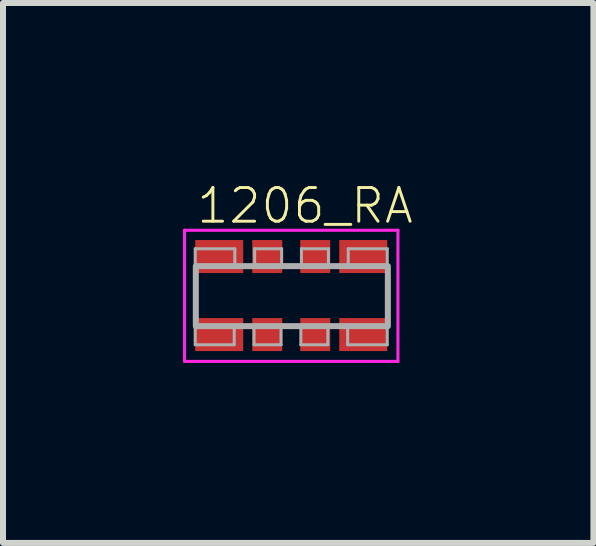
<source format=kicad_pcb>
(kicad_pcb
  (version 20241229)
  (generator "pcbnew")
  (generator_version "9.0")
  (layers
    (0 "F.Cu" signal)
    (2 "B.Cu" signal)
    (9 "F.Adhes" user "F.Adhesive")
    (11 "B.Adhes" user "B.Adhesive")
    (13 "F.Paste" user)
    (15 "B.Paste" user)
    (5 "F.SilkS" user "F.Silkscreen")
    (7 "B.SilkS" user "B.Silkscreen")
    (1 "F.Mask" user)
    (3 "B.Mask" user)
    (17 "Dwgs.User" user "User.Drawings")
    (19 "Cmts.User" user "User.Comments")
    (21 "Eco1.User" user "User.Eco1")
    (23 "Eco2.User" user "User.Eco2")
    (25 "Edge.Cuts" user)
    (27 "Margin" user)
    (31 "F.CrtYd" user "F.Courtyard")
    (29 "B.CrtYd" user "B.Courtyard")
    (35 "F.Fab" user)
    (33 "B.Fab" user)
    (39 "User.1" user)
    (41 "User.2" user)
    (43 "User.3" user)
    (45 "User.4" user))
  (footprint "1206_RA"
    (layer "F.Cu")
    (at 1.803 1.905)
    (property "Reference" "1206_RA" (at -1.605 -1.198 0) (layer "F.SilkS") (effects (font (size 0.561 0.561) (thickness 0.049)) (justify left bottom)))
    (fp_poly (pts (xy -1.62 -0.38) (xy -0.78 -0.38) (xy -0.78 -1) (xy -1.62 -1)) (stroke (width 0) (type solid)) (fill yes) (layer "F.Mask"))
    (fp_poly (pts (xy -1.62 0.94) (xy -0.78 0.94) (xy -0.78 0.32) (xy -1.62 0.32)) (stroke (width 0) (type solid)) (fill yes) (layer "F.Mask"))
    (fp_poly (pts (xy -0.68 -0.38) (xy -0.12 -0.38) (xy -0.12 -1) (xy -0.68 -1)) (stroke (width 0) (type solid)) (fill yes) (layer "F.Mask"))
    (fp_poly (pts (xy -0.68 0.94) (xy -0.12 0.94) (xy -0.12 0.32) (xy -0.68 0.32)) (stroke (width 0) (type solid)) (fill yes) (layer "F.Mask"))
    (fp_poly (pts (xy 0.12 -0.38) (xy 0.68 -0.38) (xy 0.68 -1) (xy 0.12 -1)) (stroke (width 0) (type solid)) (fill yes) (layer "F.Mask"))
    (fp_poly (pts (xy 0.12 0.94) (xy 0.68 0.94) (xy 0.68 0.32) (xy 0.12 0.32)) (stroke (width 0) (type solid)) (fill yes) (layer "F.Mask"))
    (fp_poly (pts (xy 0.78 -0.38) (xy 1.62 -0.38) (xy 1.62 -1) (xy 0.78 -1)) (stroke (width 0) (type solid)) (fill yes) (layer "F.Mask"))
    (fp_poly (pts (xy 0.78 0.94) (xy 1.62 0.94) (xy 1.62 0.3) (xy 0.78 0.3)) (stroke (width 0) (type solid)) (fill yes) (layer "F.Mask"))
    (fp_line (start -1.778 -1.118) (end 1.778 -1.118) (stroke (width 0.051) (type solid)) (layer "F.CrtYd"))
    (fp_line (start -1.778 1.067) (end -1.778 -1.118) (stroke (width 0.051) (type solid)) (layer "F.CrtYd"))
    (fp_line (start 1.778 -1.118) (end 1.778 1.067) (stroke (width 0.051) (type solid)) (layer "F.CrtYd"))
    (fp_line (start 1.778 1.067) (end -1.778 1.067) (stroke (width 0.051) (type solid)) (layer "F.CrtYd"))
    (fp_line (start -1.6 -0.81) (end -1.6 0.79) (stroke (width 0.051) (type solid)) (layer "F.Fab"))
    (fp_line (start -1.6 0.79) (end -0.95 0.79) (stroke (width 0.05) (type solid)) (layer "F.Fab"))
    (fp_line (start -0.95 0.49) (end -0.62 0.49) (stroke (width 0.05) (type solid)) (layer "F.Fab"))
    (fp_line (start -0.95 0.79) (end -0.95 0.49) (stroke (width 0.05) (type solid)) (layer "F.Fab"))
    (fp_line (start -0.94 -0.81) (end -1.6 -0.81) (stroke (width 0.05) (type solid)) (layer "F.Fab"))
    (fp_line (start -0.94 -0.51) (end -0.94 -0.81) (stroke (width 0.05) (type solid)) (layer "F.Fab"))
    (fp_line (start -0.62 0.49) (end -0.62 0.79) (stroke (width 0.05) (type solid)) (layer "F.Fab"))
    (fp_line (start -0.62 0.79) (end -0.17 0.79) (stroke (width 0.05) (type solid)) (layer "F.Fab"))
    (fp_line (start -0.61 -0.81) (end -0.61 -0.51) (stroke (width 0.05) (type solid)) (layer "F.Fab"))
    (fp_line (start -0.61 -0.51) (end -0.94 -0.51) (stroke (width 0.05) (type solid)) (layer "F.Fab"))
    (fp_line (start -0.17 0.49) (end 0.16 0.49) (stroke (width 0.05) (type solid)) (layer "F.Fab"))
    (fp_line (start -0.17 0.79) (end -0.17 0.49) (stroke (width 0.05) (type solid)) (layer "F.Fab"))
    (fp_line (start -0.16 -0.81) (end -0.61 -0.81) (stroke (width 0.05) (type solid)) (layer "F.Fab"))
    (fp_line (start -0.16 -0.51) (end -0.16 -0.81) (stroke (width 0.05) (type solid)) (layer "F.Fab"))
    (fp_line (start 0.16 0.49) (end 0.16 0.79) (stroke (width 0.05) (type solid)) (layer "F.Fab"))
    (fp_line (start 0.16 0.79) (end 0.61 0.79) (stroke (width 0.05) (type solid)) (layer "F.Fab"))
    (fp_line (start 0.17 -0.81) (end 0.17 -0.51) (stroke (width 0.05) (type solid)) (layer "F.Fab"))
    (fp_line (start 0.17 -0.51) (end -0.16 -0.51) (stroke (width 0.05) (type solid)) (layer "F.Fab"))
    (fp_line (start 0.61 0.49) (end 0.94 0.49) (stroke (width 0.05) (type solid)) (layer "F.Fab"))
    (fp_line (start 0.61 0.79) (end 0.61 0.49) (stroke (width 0.05) (type solid)) (layer "F.Fab"))
    (fp_line (start 0.62 -0.81) (end 0.17 -0.81) (stroke (width 0.05) (type solid)) (layer "F.Fab"))
    (fp_line (start 0.62 -0.51) (end 0.62 -0.81) (stroke (width 0.05) (type solid)) (layer "F.Fab"))
    (fp_line (start 0.94 0.49) (end 0.94 0.79) (stroke (width 0.05) (type solid)) (layer "F.Fab"))
    (fp_line (start 0.94 0.79) (end 1.6 0.79) (stroke (width 0.05) (type solid)) (layer "F.Fab"))
    (fp_line (start 0.95 -0.81) (end 0.95 -0.51) (stroke (width 0.05) (type solid)) (layer "F.Fab"))
    (fp_line (start 0.95 -0.51) (end 0.62 -0.51) (stroke (width 0.05) (type solid)) (layer "F.Fab"))
    (fp_line (start 1.6 -0.81) (end 0.95 -0.81) (stroke (width 0.05) (type solid)) (layer "F.Fab"))
    (fp_line (start 1.6 0.79) (end 1.6 -0.81) (stroke (width 0.05) (type solid)) (layer "F.Fab"))
    (fp_poly (pts (xy -1.59 0.48) (xy 1.61 0.48) (xy 1.61 -0.52) (xy -1.59 -0.52)) (stroke (width 0.1) (type solid)) (fill no) (layer "F.Fab"))
    (pad "P1" smd rect (at -1.2 0.62) (size 0.8 0.55) (layers "F.Cu" "F.Paste"))
    (pad "P2" smd rect (at -0.4 0.62) (size 0.5 0.55) (layers "F.Cu" "F.Paste"))
    (pad "P3" smd rect (at 0.4 0.62) (size 0.5 0.55) (layers "F.Cu" "F.Paste"))
    (pad "P4" smd rect (at 1.2 0.62) (size 0.8 0.55) (layers "F.Cu" "F.Paste"))
    (pad "P5" smd rect (at 1.2 -0.68) (size 0.8 0.55) (layers "F.Cu" "F.Paste"))
    (pad "P6" smd rect (at 0.4 -0.68) (size 0.5 0.55) (layers "F.Cu" "F.Paste"))
    (pad "P7" smd rect (at -0.4 -0.68) (size 0.5 0.55) (layers "F.Cu" "F.Paste"))
    (pad "P8" smd rect (at -1.2 -0.68) (size 0.8 0.55) (layers "F.Cu" "F.Paste")))
  (gr_rect
    (start -3 -3)
    (end 6.838 5.997)
    (stroke (width 0.1) (type default))
    (fill no)
    (layer "Edge.Cuts")))
</source>
